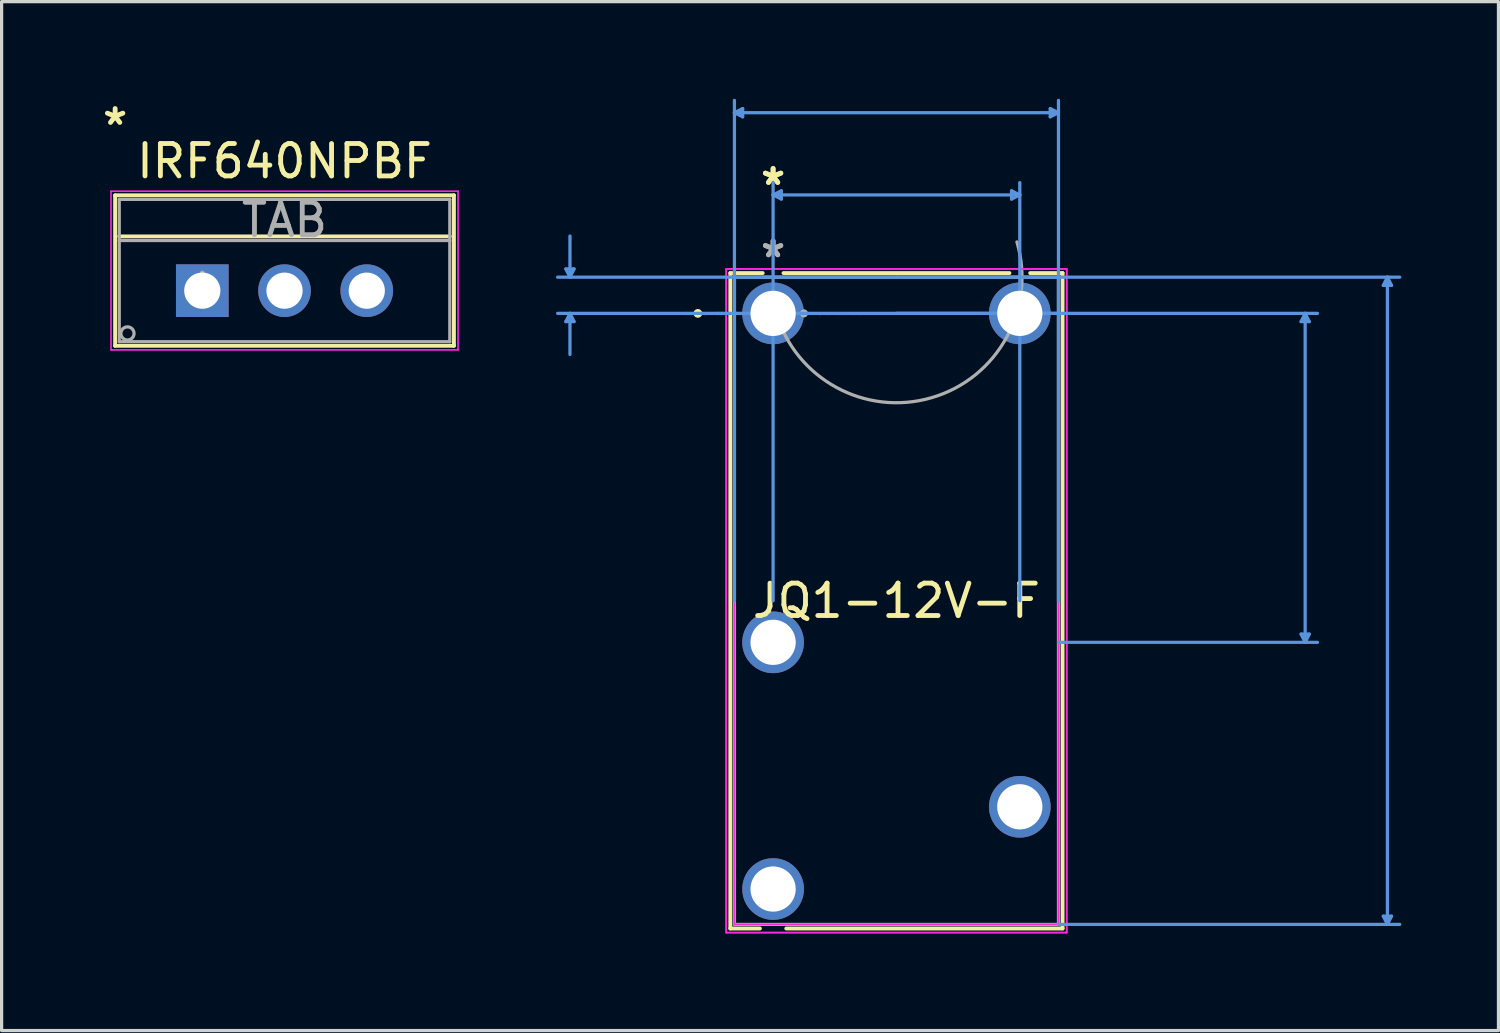
<source format=kicad_pcb>
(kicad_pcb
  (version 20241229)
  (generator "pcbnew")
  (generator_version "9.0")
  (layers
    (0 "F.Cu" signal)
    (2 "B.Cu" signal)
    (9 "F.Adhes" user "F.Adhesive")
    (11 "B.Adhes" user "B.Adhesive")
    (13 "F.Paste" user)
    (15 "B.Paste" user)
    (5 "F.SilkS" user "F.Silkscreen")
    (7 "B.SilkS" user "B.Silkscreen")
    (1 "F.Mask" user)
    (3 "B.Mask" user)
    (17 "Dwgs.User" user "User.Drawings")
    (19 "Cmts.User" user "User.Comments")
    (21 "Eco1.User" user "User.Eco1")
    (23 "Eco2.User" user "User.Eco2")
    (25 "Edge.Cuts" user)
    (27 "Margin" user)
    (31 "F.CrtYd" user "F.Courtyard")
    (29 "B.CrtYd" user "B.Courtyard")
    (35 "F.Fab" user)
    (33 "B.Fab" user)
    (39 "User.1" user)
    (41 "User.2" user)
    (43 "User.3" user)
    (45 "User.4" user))
  (footprint "IRF640NPBF"
    (layer "F.Cu")
    (at 3.198 5.928)
    (property "Reference" "IRF640NPBF" (at 2.54 -4 0) (layer "F.SilkS") (effects (font (size 1 1) (thickness 0.15))))
    (attr through_hole)
    (fp_line (start -2.692 -2.946) (end -2.692 1.702) (stroke (width 0.12) (type solid)) (layer "F.SilkS"))
    (fp_line (start -2.692 1.702) (end 7.772 1.702) (stroke (width 0.12) (type solid)) (layer "F.SilkS"))
    (fp_line (start -2.565 -1.676) (end 7.645 -1.676) (stroke (width 0.12) (type solid)) (layer "F.SilkS"))
    (fp_line (start 7.772 -2.946) (end -2.692 -2.946) (stroke (width 0.12) (type solid)) (layer "F.SilkS"))
    (fp_line (start 7.772 1.702) (end 7.772 -2.946) (stroke (width 0.12) (type solid)) (layer "F.SilkS"))
    (fp_line (start -2.819 -3.073) (end -2.819 1.829) (stroke (width 0.05) (type solid)) (layer "F.CrtYd"))
    (fp_line (start -2.819 1.829) (end 7.899 1.829) (stroke (width 0.05) (type solid)) (layer "F.CrtYd"))
    (fp_line (start 7.899 -3.073) (end -2.819 -3.073) (stroke (width 0.05) (type solid)) (layer "F.CrtYd"))
    (fp_line (start 7.899 1.829) (end 7.899 -3.073) (stroke (width 0.05) (type solid)) (layer "F.CrtYd"))
    (fp_line (start -2.565 -2.819) (end -2.565 1.575) (stroke (width 0.1) (type solid)) (layer "F.Fab"))
    (fp_line (start -2.565 -1.549) (end 7.645 -1.549) (stroke (width 0.1) (type solid)) (layer "F.Fab"))
    (fp_line (start -2.565 1.575) (end 7.645 1.575) (stroke (width 0.1) (type solid)) (layer "F.Fab"))
    (fp_line (start 7.645 -2.819) (end -2.565 -2.819) (stroke (width 0.1) (type solid)) (layer "F.Fab"))
    (fp_line (start 7.645 1.575) (end 7.645 -2.819) (stroke (width 0.1) (type solid)) (layer "F.Fab"))
    (fp_circle (center -2.311 1.321) (end -2.108 1.321) (stroke (width 0.1) (type solid)) (fill no) (layer "F.Fab"))
    (fp_text user "*" (at -2.692 -5.08 0) (layer "F.SilkS") (effects (font (size 1 1) (thickness 0.15))))
    (fp_text user "*" (at 0 0 0) (layer "F.Fab") (effects (font (size 1 1) (thickness 0.15))))
    (fp_text user "TAB" (at 2.54 -2.184 0) (layer "F.Fab") (effects (font (size 1 1) (thickness 0.15))))
    (pad "1" thru_hole rect (at 0 0) (size 1.626 1.626) (drill 1.118) (layers "*.Cu" "*.Mask"))
    (pad "2" thru_hole circle (at 2.54 0) (size 1.626 1.626) (drill 1.118) (layers "*.Cu" "*.Mask"))
    (pad "3" thru_hole circle (at 5.08 0) (size 1.626 1.626) (drill 1.118) (layers "*.Cu" "*.Mask")))
  (footprint "JQ1-12V-F"
    (layer "F.Cu")
    (at 20.828 6.629)
    (property "Reference" "JQ1-12V-F" (at 3.81 8.877 0) (layer "F.SilkS") (effects (font (size 1 1) (thickness 0.15))))
    (attr through_hole)
    (fp_line (start -1.321 -1.245) (end -1.321 18.999) (stroke (width 0.12) (type solid)) (layer "F.SilkS"))
    (fp_line (start -1.321 18.999) (end -0.407 18.999) (stroke (width 0.12) (type solid)) (layer "F.SilkS"))
    (fp_line (start -0.321 -1.245) (end -1.321 -1.245) (stroke (width 0.12) (type solid)) (layer "F.SilkS"))
    (fp_line (start 0.407 18.999) (end 8.941 18.999) (stroke (width 0.12) (type solid)) (layer "F.SilkS"))
    (fp_line (start 7.299 -1.245) (end 0.321 -1.245) (stroke (width 0.12) (type solid)) (layer "F.SilkS"))
    (fp_line (start 8.941 -1.245) (end 7.941 -1.245) (stroke (width 0.12) (type solid)) (layer "F.SilkS"))
    (fp_line (start 8.941 18.999) (end 8.941 -1.245) (stroke (width 0.12) (type solid)) (layer "F.SilkS"))
    (fp_circle (center -2.324 0) (end -2.248 0) (stroke (width 0.12) (type solid)) (fill no) (layer "F.SilkS"))
    (fp_line (start -6.401 -1.372) (end -6.147 -1.372) (stroke (width 0.1) (type solid)) (layer "Cmts.User"))
    (fp_line (start -6.401 0.254) (end -6.147 0.254) (stroke (width 0.1) (type solid)) (layer "Cmts.User"))
    (fp_line (start -6.274 -1.118) (end -6.401 -1.372) (stroke (width 0.1) (type solid)) (layer "Cmts.User"))
    (fp_line (start -6.274 -1.118) (end -6.274 -2.388) (stroke (width 0.1) (type solid)) (layer "Cmts.User"))
    (fp_line (start -6.274 -1.118) (end -6.147 -1.372) (stroke (width 0.1) (type solid)) (layer "Cmts.User"))
    (fp_line (start -6.274 0) (end -6.401 0.254) (stroke (width 0.1) (type solid)) (layer "Cmts.User"))
    (fp_line (start -6.274 0) (end -6.274 1.27) (stroke (width 0.1) (type solid)) (layer "Cmts.User"))
    (fp_line (start -6.274 0) (end -6.147 0.254) (stroke (width 0.1) (type solid)) (layer "Cmts.User"))
    (fp_line (start -1.194 -6.198) (end -0.94 -6.325) (stroke (width 0.1) (type solid)) (layer "Cmts.User"))
    (fp_line (start -1.194 -6.198) (end -0.94 -6.071) (stroke (width 0.1) (type solid)) (layer "Cmts.User"))
    (fp_line (start -1.194 -6.198) (end 8.814 -6.198) (stroke (width 0.1) (type solid)) (layer "Cmts.User"))
    (fp_line (start -1.194 8.877) (end -1.194 -6.579) (stroke (width 0.1) (type solid)) (layer "Cmts.User"))
    (fp_line (start -0.94 -6.325) (end -0.94 -6.071) (stroke (width 0.1) (type solid)) (layer "Cmts.User"))
    (fp_line (start 0 -3.658) (end 0.254 -3.785) (stroke (width 0.1) (type solid)) (layer "Cmts.User"))
    (fp_line (start 0 -3.658) (end 0.254 -3.531) (stroke (width 0.1) (type solid)) (layer "Cmts.User"))
    (fp_line (start 0 -3.658) (end 7.62 -3.658) (stroke (width 0.1) (type solid)) (layer "Cmts.User"))
    (fp_line (start 0 8.877) (end 0 -4.039) (stroke (width 0.1) (type solid)) (layer "Cmts.User"))
    (fp_line (start 0.254 -3.785) (end 0.254 -3.531) (stroke (width 0.1) (type solid)) (layer "Cmts.User"))
    (fp_line (start 3.81 -1.118) (end -6.655 -1.118) (stroke (width 0.1) (type solid)) (layer "Cmts.User"))
    (fp_line (start 3.81 -1.118) (end 19.355 -1.118) (stroke (width 0.1) (type solid)) (layer "Cmts.User"))
    (fp_line (start 3.81 0) (end 16.815 0) (stroke (width 0.1) (type solid)) (layer "Cmts.User"))
    (fp_line (start 7.366 -3.785) (end 7.366 -3.531) (stroke (width 0.1) (type solid)) (layer "Cmts.User"))
    (fp_line (start 7.62 -3.658) (end 7.366 -3.785) (stroke (width 0.1) (type solid)) (layer "Cmts.User"))
    (fp_line (start 7.62 -3.658) (end 7.366 -3.531) (stroke (width 0.1) (type solid)) (layer "Cmts.User"))
    (fp_line (start 7.62 8.877) (end 7.62 -4.039) (stroke (width 0.1) (type solid)) (layer "Cmts.User"))
    (fp_line (start 8.56 -6.325) (end 8.56 -6.071) (stroke (width 0.1) (type solid)) (layer "Cmts.User"))
    (fp_line (start 8.814 -6.198) (end 8.56 -6.325) (stroke (width 0.1) (type solid)) (layer "Cmts.User"))
    (fp_line (start 8.814 -6.198) (end 8.56 -6.071) (stroke (width 0.1) (type solid)) (layer "Cmts.User"))
    (fp_line (start 8.814 0) (end -6.655 0) (stroke (width 0.1) (type solid)) (layer "Cmts.User"))
    (fp_line (start 8.814 8.877) (end 8.814 -6.579) (stroke (width 0.1) (type solid)) (layer "Cmts.User"))
    (fp_line (start 8.814 10.16) (end 16.815 10.16) (stroke (width 0.1) (type solid)) (layer "Cmts.User"))
    (fp_line (start 8.814 18.872) (end 19.355 18.872) (stroke (width 0.1) (type solid)) (layer "Cmts.User"))
    (fp_line (start 16.307 0.254) (end 16.561 0.254) (stroke (width 0.1) (type solid)) (layer "Cmts.User"))
    (fp_line (start 16.307 9.906) (end 16.561 9.906) (stroke (width 0.1) (type solid)) (layer "Cmts.User"))
    (fp_line (start 16.434 0) (end 16.307 0.254) (stroke (width 0.1) (type solid)) (layer "Cmts.User"))
    (fp_line (start 16.434 0) (end 16.434 10.16) (stroke (width 0.1) (type solid)) (layer "Cmts.User"))
    (fp_line (start 16.434 0) (end 16.561 0.254) (stroke (width 0.1) (type solid)) (layer "Cmts.User"))
    (fp_line (start 16.434 10.16) (end 16.307 9.906) (stroke (width 0.1) (type solid)) (layer "Cmts.User"))
    (fp_line (start 16.434 10.16) (end 16.561 9.906) (stroke (width 0.1) (type solid)) (layer "Cmts.User"))
    (fp_line (start 18.847 -0.864) (end 19.101 -0.864) (stroke (width 0.1) (type solid)) (layer "Cmts.User"))
    (fp_line (start 18.847 18.618) (end 19.101 18.618) (stroke (width 0.1) (type solid)) (layer "Cmts.User"))
    (fp_line (start 18.974 -1.118) (end 18.847 -0.864) (stroke (width 0.1) (type solid)) (layer "Cmts.User"))
    (fp_line (start 18.974 -1.118) (end 18.974 18.872) (stroke (width 0.1) (type solid)) (layer "Cmts.User"))
    (fp_line (start 18.974 -1.118) (end 19.101 -0.864) (stroke (width 0.1) (type solid)) (layer "Cmts.User"))
    (fp_line (start 18.974 18.872) (end 18.847 18.618) (stroke (width 0.1) (type solid)) (layer "Cmts.User"))
    (fp_line (start 18.974 18.872) (end 19.101 18.618) (stroke (width 0.1) (type solid)) (layer "Cmts.User"))
    (fp_line (start -1.448 -1.372) (end 9.068 -1.372) (stroke (width 0.05) (type solid)) (layer "F.CrtYd"))
    (fp_line (start -1.448 -1.372) (end 9.068 -1.372) (stroke (width 0.05) (type solid)) (layer "F.CrtYd"))
    (fp_line (start -1.448 19.126) (end -1.448 -1.372) (stroke (width 0.05) (type solid)) (layer "F.CrtYd"))
    (fp_line (start -1.448 19.126) (end -1.448 -1.372) (stroke (width 0.05) (type solid)) (layer "F.CrtYd"))
    (fp_line (start -1.194 -1.118) (end 8.814 -1.118) (stroke (width 0.05) (type solid)) (layer "F.CrtYd"))
    (fp_line (start -1.194 18.872) (end -1.194 -1.118) (stroke (width 0.05) (type solid)) (layer "F.CrtYd"))
    (fp_line (start 8.814 -1.118) (end 8.814 18.872) (stroke (width 0.05) (type solid)) (layer "F.CrtYd"))
    (fp_line (start 8.814 18.872) (end -1.194 18.872) (stroke (width 0.05) (type solid)) (layer "F.CrtYd"))
    (fp_line (start 9.068 -1.372) (end 9.068 19.126) (stroke (width 0.05) (type solid)) (layer "F.CrtYd"))
    (fp_line (start 9.068 -1.372) (end 9.068 19.126) (stroke (width 0.05) (type solid)) (layer "F.CrtYd"))
    (fp_line (start 9.068 19.126) (end -1.448 19.126) (stroke (width 0.05) (type solid)) (layer "F.CrtYd"))
    (fp_line (start 9.068 19.126) (end -1.448 19.126) (stroke (width 0.05) (type solid)) (layer "F.CrtYd"))
    (fp_line (start -1.194 -1.118) (end -1.194 18.872) (stroke (width 0.1) (type solid)) (layer "F.Fab"))
    (fp_line (start -1.194 18.872) (end 8.814 18.872) (stroke (width 0.1) (type solid)) (layer "F.Fab"))
    (fp_line (start 8.814 -1.118) (end -1.194 -1.118) (stroke (width 0.1) (type solid)) (layer "F.Fab"))
    (fp_line (start 8.814 18.872) (end 8.814 -1.118) (stroke (width 0.1) (type solid)) (layer "F.Fab"))
    (fp_arc (start 7.530968 -2.206813) (mid 4.899213 2.603368) (end 0.089032 -0.028387) (stroke (width 0.1) (type solid)) (layer "F.Fab"))
    (fp_circle (center 0.953 0) (end 1.029 0) (stroke (width 0.1) (type solid)) (fill no) (layer "F.Fab"))
    (fp_text user "*" (at 0 -3.929 0) (layer "F.SilkS") (effects (font (size 1 1) (thickness 0.15))))
    (fp_text user "*" (at 0 -3.929 0) (layer "F.SilkS") (effects (font (size 1 1) (thickness 0.15))))
    (fp_text user "Copyright 2021 Accelerated Designs. All rights reserved." (at 0 0 0) (layer "Cmts.User") (effects (font (size 0.127 0.127) (thickness 0.002))))
    (fp_text user "*" (at 0 -1.693 0) (layer "F.Fab") (effects (font (size 1 1) (thickness 0.15))))
    (fp_text user "*" (at 0 -1.693 0) (layer "F.Fab") (effects (font (size 1 1) (thickness 0.15))))
    (pad "1" thru_hole circle (at 0 0) (size 1.905 1.905) (drill 1.397) (layers "*.Cu" "*.Mask"))
    (pad "2" thru_hole circle (at 0 10.16) (size 1.905 1.905) (drill 1.397) (layers "*.Cu" "*.Mask"))
    (pad "3" thru_hole circle (at 0 17.78) (size 1.905 1.905) (drill 1.397) (layers "*.Cu" "*.Mask"))
    (pad "4" thru_hole circle (at 7.62 15.24) (size 1.905 1.905) (drill 1.397) (layers "*.Cu" "*.Mask"))
    (pad "5" thru_hole circle (at 7.62 0) (size 1.905 1.905) (drill 1.397) (layers "*.Cu" "*.Mask")))
  (gr_rect
    (start -3 -3)
    (end 43.232 28.78)
    (stroke (width 0.1) (type default))
    (fill no)
    (layer "Edge.Cuts")))
</source>
